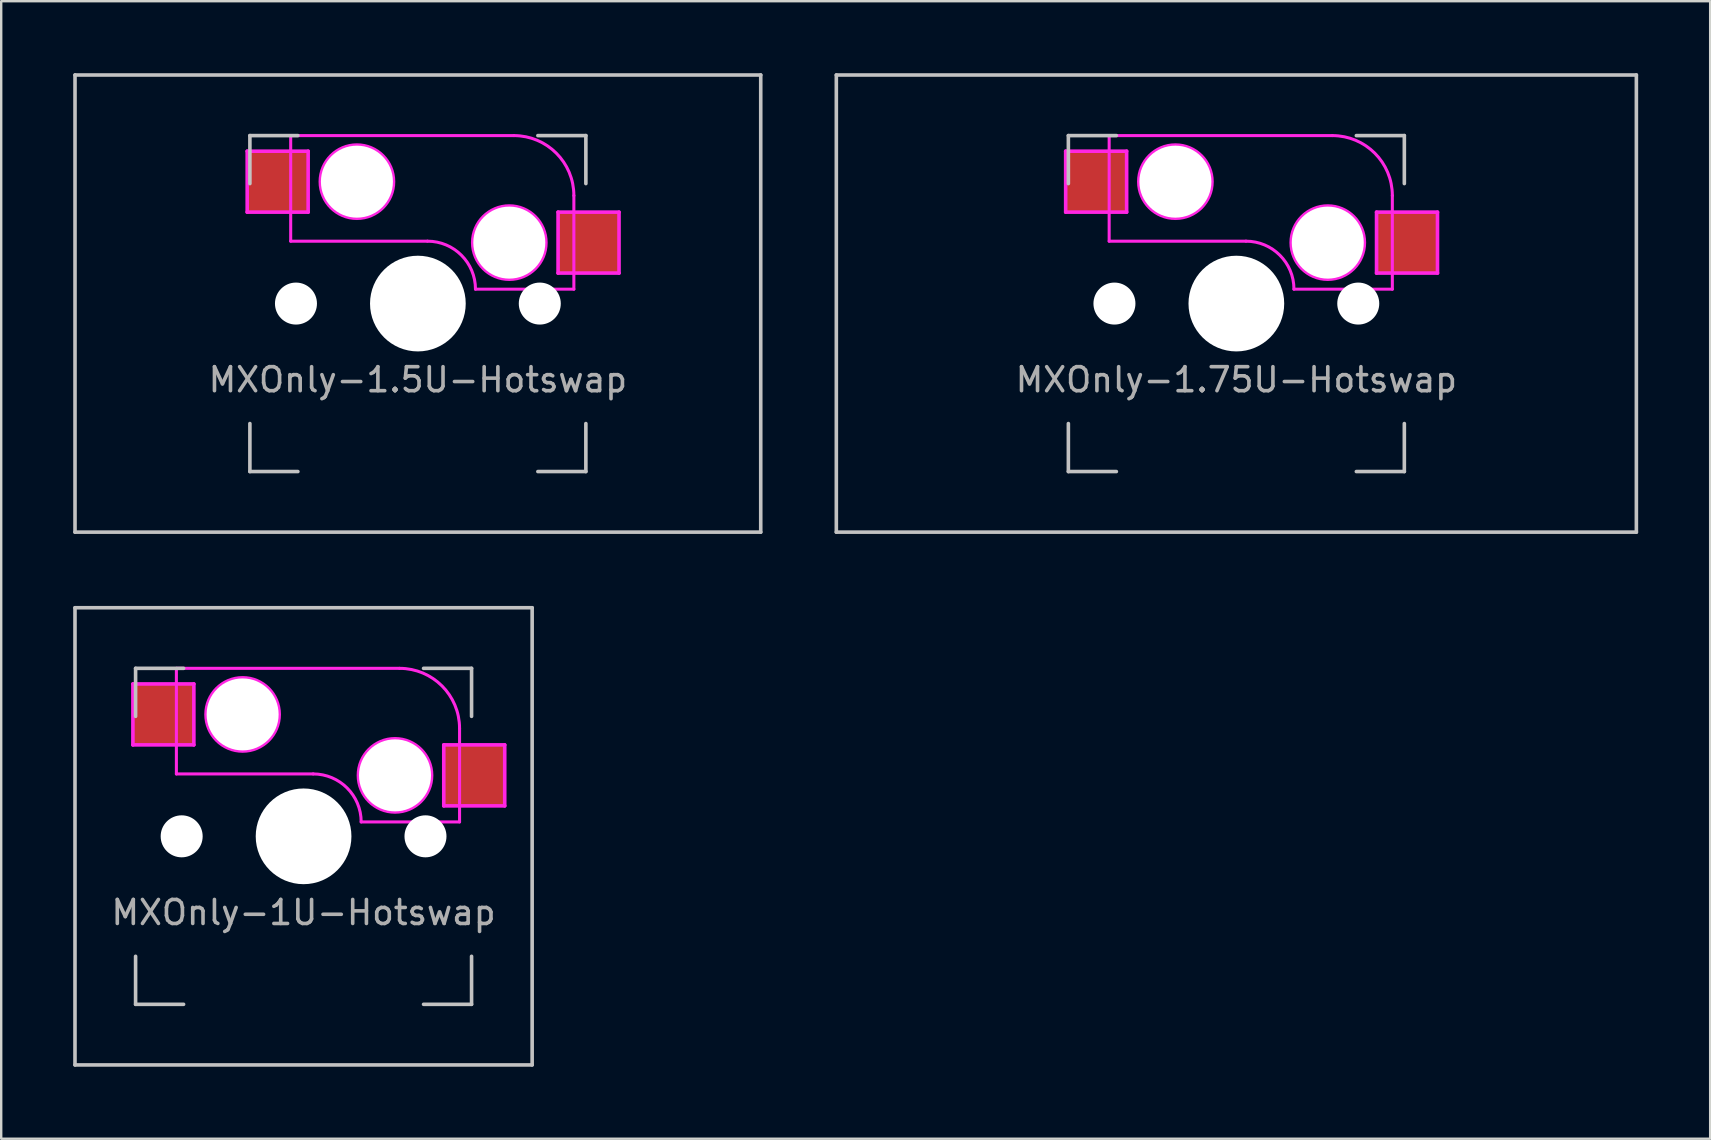
<source format=kicad_pcb>
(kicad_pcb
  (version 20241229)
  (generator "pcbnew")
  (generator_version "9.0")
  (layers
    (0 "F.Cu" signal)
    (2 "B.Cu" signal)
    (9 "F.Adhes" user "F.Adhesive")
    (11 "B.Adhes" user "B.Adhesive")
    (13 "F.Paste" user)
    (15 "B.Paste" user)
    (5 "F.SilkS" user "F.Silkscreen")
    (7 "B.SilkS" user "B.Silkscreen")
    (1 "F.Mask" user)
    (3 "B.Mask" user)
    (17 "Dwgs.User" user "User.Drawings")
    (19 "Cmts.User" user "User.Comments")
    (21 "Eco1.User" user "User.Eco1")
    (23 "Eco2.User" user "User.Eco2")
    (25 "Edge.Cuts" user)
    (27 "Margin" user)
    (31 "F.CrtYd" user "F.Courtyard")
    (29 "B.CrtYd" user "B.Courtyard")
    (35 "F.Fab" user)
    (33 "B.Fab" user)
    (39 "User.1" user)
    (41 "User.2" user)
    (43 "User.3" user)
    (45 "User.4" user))
  (footprint "MXOnly-1.75U-Hotswap"
    (layer "F.Cu")
    (at 48.469 9.6)
    (property "Reference" "MXOnly-1.75U-Hotswap" (at 0 3.175 0) (layer "F.Fab") (effects (font (size 1 1) (thickness 0.15))))
    (attr smd)
    (fp_line (start -16.669 -9.525) (end -16.669 9.525) (stroke (width 0.15) (type solid)) (layer "Dwgs.User"))
    (fp_line (start -16.669 9.525) (end 16.669 9.525) (stroke (width 0.15) (type solid)) (layer "Dwgs.User"))
    (fp_line (start -7 -7) (end -7 -5) (stroke (width 0.15) (type solid)) (layer "Dwgs.User"))
    (fp_line (start -7 7) (end -7 5) (stroke (width 0.15) (type solid)) (layer "Dwgs.User"))
    (fp_line (start -5 -7) (end -7 -7) (stroke (width 0.15) (type solid)) (layer "Dwgs.User"))
    (fp_line (start -5 7) (end -7 7) (stroke (width 0.15) (type solid)) (layer "Dwgs.User"))
    (fp_line (start 5 -7) (end 7 -7) (stroke (width 0.15) (type solid)) (layer "Dwgs.User"))
    (fp_line (start 7 -7) (end 7 -5) (stroke (width 0.15) (type solid)) (layer "Dwgs.User"))
    (fp_line (start 7 5) (end 7 7) (stroke (width 0.15) (type solid)) (layer "Dwgs.User"))
    (fp_line (start 7 7) (end 5 7) (stroke (width 0.15) (type solid)) (layer "Dwgs.User"))
    (fp_line (start 16.669 -9.525) (end -16.669 -9.525) (stroke (width 0.15) (type solid)) (layer "Dwgs.User"))
    (fp_line (start 16.669 9.525) (end 16.669 -9.525) (stroke (width 0.15) (type solid)) (layer "Dwgs.User"))
    (fp_line (start -7.112 -6.35) (end -7.112 -3.81) (stroke (width 0.15) (type solid)) (layer "F.CrtYd"))
    (fp_line (start -7.112 -3.81) (end -4.572 -3.81) (stroke (width 0.15) (type solid)) (layer "F.CrtYd"))
    (fp_line (start -5.3 -7) (end -5.3 -2.6) (stroke (width 0.127) (type solid)) (layer "F.CrtYd"))
    (fp_line (start -5.3 -7) (end 4 -7) (stroke (width 0.127) (type solid)) (layer "F.CrtYd"))
    (fp_line (start -4.572 -6.35) (end -7.112 -6.35) (stroke (width 0.15) (type solid)) (layer "F.CrtYd"))
    (fp_line (start -4.572 -3.81) (end -4.572 -6.35) (stroke (width 0.15) (type solid)) (layer "F.CrtYd"))
    (fp_line (start 0.4 -2.6) (end -5.3 -2.6) (stroke (width 0.127) (type solid)) (layer "F.CrtYd"))
    (fp_line (start 5.842 -3.81) (end 5.842 -1.27) (stroke (width 0.15) (type solid)) (layer "F.CrtYd"))
    (fp_line (start 5.842 -1.27) (end 8.382 -1.27) (stroke (width 0.15) (type solid)) (layer "F.CrtYd"))
    (fp_line (start 6.5 -4.5) (end 6.5 -0.6) (stroke (width 0.127) (type solid)) (layer "F.CrtYd"))
    (fp_line (start 6.5 -0.6) (end 2.4 -0.6) (stroke (width 0.127) (type solid)) (layer "F.CrtYd"))
    (fp_line (start 8.382 -3.81) (end 5.842 -3.81) (stroke (width 0.15) (type solid)) (layer "F.CrtYd"))
    (fp_line (start 8.382 -1.27) (end 8.382 -3.81) (stroke (width 0.15) (type solid)) (layer "F.CrtYd"))
    (fp_arc (start 0.4 -2.6) (mid 1.814214 -2.014214) (end 2.4 -0.6) (stroke (width 0.127) (type solid)) (layer "F.CrtYd"))
    (fp_arc (start 4 -7) (mid 5.767767 -6.267767) (end 6.5 -4.5) (stroke (width 0.127) (type solid)) (layer "F.CrtYd"))
    (fp_circle (center -2.54 -5.08) (end -2.54 -6.604) (stroke (width 0.15) (type solid)) (fill no) (layer "F.CrtYd"))
    (fp_circle (center 3.81 -2.54) (end 3.81 -4.064) (stroke (width 0.15) (type solid)) (fill no) (layer "F.CrtYd"))
    (pad "" np_thru_hole circle (at -5.08 0 311.9) (size 1.75 1.75) (drill 1.75) (layers "*.Cu" "*.Mask"))
    (pad "" np_thru_hole circle (at -2.54 -5.08) (size 3 3) (drill 3) (layers "*.Cu" "*.Mask"))
    (pad "" np_thru_hole circle (at 0 0) (size 3.988 3.988) (drill 3.988) (layers "*.Cu" "*.Mask"))
    (pad "" np_thru_hole circle (at 3.81 -2.54) (size 3 3) (drill 3) (layers "*.Cu" "*.Mask"))
    (pad "" np_thru_hole circle (at 5.08 0 311.9) (size 1.75 1.75) (drill 1.75) (layers "*.Cu" "*.Mask"))
    (pad "1" smd rect (at 7.085 -2.54) (size 2.55 2.5) (layers "F.Cu" "F.Mask" "F.Paste"))
    (pad "2" smd rect (at -5.842 -5.08) (size 2.55 2.5) (layers "F.Cu" "F.Mask" "F.Paste")))
  (footprint "MXOnly-1.5U-Hotswap"
    (layer "F.Cu")
    (at 14.363 9.6)
    (property "Reference" "MXOnly-1.5U-Hotswap" (at 0 3.175 0) (layer "F.Fab") (effects (font (size 1 1) (thickness 0.15))))
    (attr smd)
    (fp_line (start -14.287 -9.525) (end -14.287 9.525) (stroke (width 0.15) (type solid)) (layer "Dwgs.User"))
    (fp_line (start -14.287 9.525) (end 14.287 9.525) (stroke (width 0.15) (type solid)) (layer "Dwgs.User"))
    (fp_line (start -7 -7) (end -7 -5) (stroke (width 0.15) (type solid)) (layer "Dwgs.User"))
    (fp_line (start -7 7) (end -7 5) (stroke (width 0.15) (type solid)) (layer "Dwgs.User"))
    (fp_line (start -5 -7) (end -7 -7) (stroke (width 0.15) (type solid)) (layer "Dwgs.User"))
    (fp_line (start -5 7) (end -7 7) (stroke (width 0.15) (type solid)) (layer "Dwgs.User"))
    (fp_line (start 5 -7) (end 7 -7) (stroke (width 0.15) (type solid)) (layer "Dwgs.User"))
    (fp_line (start 7 -7) (end 7 -5) (stroke (width 0.15) (type solid)) (layer "Dwgs.User"))
    (fp_line (start 7 5) (end 7 7) (stroke (width 0.15) (type solid)) (layer "Dwgs.User"))
    (fp_line (start 7 7) (end 5 7) (stroke (width 0.15) (type solid)) (layer "Dwgs.User"))
    (fp_line (start 14.287 -9.525) (end -14.287 -9.525) (stroke (width 0.15) (type solid)) (layer "Dwgs.User"))
    (fp_line (start 14.287 9.525) (end 14.287 -9.525) (stroke (width 0.15) (type solid)) (layer "Dwgs.User"))
    (fp_line (start -7.112 -6.35) (end -7.112 -3.81) (stroke (width 0.15) (type solid)) (layer "F.CrtYd"))
    (fp_line (start -7.112 -3.81) (end -4.572 -3.81) (stroke (width 0.15) (type solid)) (layer "F.CrtYd"))
    (fp_line (start -5.3 -7) (end -5.3 -2.6) (stroke (width 0.127) (type solid)) (layer "F.CrtYd"))
    (fp_line (start -5.3 -7) (end 4 -7) (stroke (width 0.127) (type solid)) (layer "F.CrtYd"))
    (fp_line (start -4.572 -6.35) (end -7.112 -6.35) (stroke (width 0.15) (type solid)) (layer "F.CrtYd"))
    (fp_line (start -4.572 -3.81) (end -4.572 -6.35) (stroke (width 0.15) (type solid)) (layer "F.CrtYd"))
    (fp_line (start 0.4 -2.6) (end -5.3 -2.6) (stroke (width 0.127) (type solid)) (layer "F.CrtYd"))
    (fp_line (start 5.842 -3.81) (end 5.842 -1.27) (stroke (width 0.15) (type solid)) (layer "F.CrtYd"))
    (fp_line (start 5.842 -1.27) (end 8.382 -1.27) (stroke (width 0.15) (type solid)) (layer "F.CrtYd"))
    (fp_line (start 6.5 -4.5) (end 6.5 -0.6) (stroke (width 0.127) (type solid)) (layer "F.CrtYd"))
    (fp_line (start 6.5 -0.6) (end 2.4 -0.6) (stroke (width 0.127) (type solid)) (layer "F.CrtYd"))
    (fp_line (start 8.382 -3.81) (end 5.842 -3.81) (stroke (width 0.15) (type solid)) (layer "F.CrtYd"))
    (fp_line (start 8.382 -1.27) (end 8.382 -3.81) (stroke (width 0.15) (type solid)) (layer "F.CrtYd"))
    (fp_arc (start 0.4 -2.6) (mid 1.814214 -2.014214) (end 2.4 -0.6) (stroke (width 0.127) (type solid)) (layer "F.CrtYd"))
    (fp_arc (start 4 -7) (mid 5.767767 -6.267767) (end 6.5 -4.5) (stroke (width 0.127) (type solid)) (layer "F.CrtYd"))
    (fp_circle (center -2.54 -5.08) (end -2.54 -6.604) (stroke (width 0.15) (type solid)) (fill no) (layer "F.CrtYd"))
    (fp_circle (center 3.81 -2.54) (end 3.81 -4.064) (stroke (width 0.15) (type solid)) (fill no) (layer "F.CrtYd"))
    (pad "" np_thru_hole circle (at -5.08 0 311.9) (size 1.75 1.75) (drill 1.75) (layers "*.Cu" "*.Mask"))
    (pad "" np_thru_hole circle (at -2.54 -5.08) (size 3 3) (drill 3) (layers "*.Cu" "*.Mask"))
    (pad "" np_thru_hole circle (at 0 0) (size 3.988 3.988) (drill 3.988) (layers "*.Cu" "*.Mask"))
    (pad "" np_thru_hole circle (at 3.81 -2.54) (size 3 3) (drill 3) (layers "*.Cu" "*.Mask"))
    (pad "" np_thru_hole circle (at 5.08 0 311.9) (size 1.75 1.75) (drill 1.75) (layers "*.Cu" "*.Mask"))
    (pad "1" smd rect (at 7.085 -2.54) (size 2.55 2.5) (layers "F.Cu" "F.Mask" "F.Paste"))
    (pad "2" smd rect (at -5.842 -5.08) (size 2.55 2.5) (layers "F.Cu" "F.Mask" "F.Paste")))
  (footprint "MXOnly-1U-Hotswap"
    (layer "F.Cu")
    (at 9.6 31.8)
    (property "Reference" "MXOnly-1U-Hotswap" (at 0 3.175 0) (layer "F.Fab") (effects (font (size 1 1) (thickness 0.15))))
    (attr smd)
    (fp_line (start -9.525 -9.525) (end -9.525 9.525) (stroke (width 0.15) (type solid)) (layer "Dwgs.User"))
    (fp_line (start -9.525 9.525) (end 9.525 9.525) (stroke (width 0.15) (type solid)) (layer "Dwgs.User"))
    (fp_line (start -7 -7) (end -7 -5) (stroke (width 0.15) (type solid)) (layer "Dwgs.User"))
    (fp_line (start -7 7) (end -7 5) (stroke (width 0.15) (type solid)) (layer "Dwgs.User"))
    (fp_line (start -5 -7) (end -7 -7) (stroke (width 0.15) (type solid)) (layer "Dwgs.User"))
    (fp_line (start -5 7) (end -7 7) (stroke (width 0.15) (type solid)) (layer "Dwgs.User"))
    (fp_line (start 5 -7) (end 7 -7) (stroke (width 0.15) (type solid)) (layer "Dwgs.User"))
    (fp_line (start 7 -7) (end 7 -5) (stroke (width 0.15) (type solid)) (layer "Dwgs.User"))
    (fp_line (start 7 5) (end 7 7) (stroke (width 0.15) (type solid)) (layer "Dwgs.User"))
    (fp_line (start 7 7) (end 5 7) (stroke (width 0.15) (type solid)) (layer "Dwgs.User"))
    (fp_line (start 9.525 -9.525) (end -9.525 -9.525) (stroke (width 0.15) (type solid)) (layer "Dwgs.User"))
    (fp_line (start 9.525 9.525) (end 9.525 -9.525) (stroke (width 0.15) (type solid)) (layer "Dwgs.User"))
    (fp_line (start -7.112 -6.35) (end -7.112 -3.81) (stroke (width 0.15) (type solid)) (layer "F.CrtYd"))
    (fp_line (start -7.112 -3.81) (end -4.572 -3.81) (stroke (width 0.15) (type solid)) (layer "F.CrtYd"))
    (fp_line (start -5.3 -7) (end -5.3 -2.6) (stroke (width 0.127) (type solid)) (layer "F.CrtYd"))
    (fp_line (start -5.3 -7) (end 4 -7) (stroke (width 0.127) (type solid)) (layer "F.CrtYd"))
    (fp_line (start -4.572 -6.35) (end -7.112 -6.35) (stroke (width 0.15) (type solid)) (layer "F.CrtYd"))
    (fp_line (start -4.572 -3.81) (end -4.572 -6.35) (stroke (width 0.15) (type solid)) (layer "F.CrtYd"))
    (fp_line (start 0.4 -2.6) (end -5.3 -2.6) (stroke (width 0.127) (type solid)) (layer "F.CrtYd"))
    (fp_line (start 5.842 -3.81) (end 8.382 -3.81) (stroke (width 0.15) (type solid)) (layer "F.CrtYd"))
    (fp_line (start 5.842 -1.27) (end 5.842 -3.81) (stroke (width 0.15) (type solid)) (layer "F.CrtYd"))
    (fp_line (start 6.5 -4.5) (end 6.5 -0.6) (stroke (width 0.127) (type solid)) (layer "F.CrtYd"))
    (fp_line (start 6.5 -0.6) (end 2.4 -0.6) (stroke (width 0.127) (type solid)) (layer "F.CrtYd"))
    (fp_line (start 8.382 -3.81) (end 8.382 -1.27) (stroke (width 0.15) (type solid)) (layer "F.CrtYd"))
    (fp_line (start 8.382 -1.27) (end 5.842 -1.27) (stroke (width 0.15) (type solid)) (layer "F.CrtYd"))
    (fp_arc (start 0.4 -2.6) (mid 1.814214 -2.014214) (end 2.4 -0.6) (stroke (width 0.127) (type solid)) (layer "F.CrtYd"))
    (fp_arc (start 4 -7) (mid 5.767767 -6.267767) (end 6.5 -4.5) (stroke (width 0.127) (type solid)) (layer "F.CrtYd"))
    (fp_circle (center -2.54 -5.08) (end -2.54 -6.604) (stroke (width 0.15) (type solid)) (fill no) (layer "F.CrtYd"))
    (fp_circle (center 3.81 -2.54) (end 3.81 -4.064) (stroke (width 0.15) (type solid)) (fill no) (layer "F.CrtYd"))
    (pad "" np_thru_hole circle (at -5.08 0 311.9) (size 1.75 1.75) (drill 1.75) (layers "*.Cu" "*.Mask"))
    (pad "" np_thru_hole circle (at -2.54 -5.08) (size 3 3) (drill 3) (layers "*.Cu" "*.Mask"))
    (pad "" np_thru_hole circle (at 0 0) (size 3.988 3.988) (drill 3.988) (layers "*.Cu" "*.Mask"))
    (pad "" np_thru_hole circle (at 3.81 -2.54) (size 3 3) (drill 3) (layers "*.Cu" "*.Mask"))
    (pad "" np_thru_hole circle (at 5.08 0 311.9) (size 1.75 1.75) (drill 1.75) (layers "*.Cu" "*.Mask"))
    (pad "1" smd rect (at 7.085 -2.54) (size 2.55 2.5) (layers "F.Cu" "F.Mask" "F.Paste"))
    (pad "2" smd rect (at -5.842 -5.08) (size 2.55 2.5) (layers "F.Cu" "F.Mask" "F.Paste")))
  (gr_rect
    (start -3 -3)
    (end 68.213 44.4)
    (stroke (width 0.1) (type default))
    (fill no)
    (layer "Edge.Cuts")))
</source>
